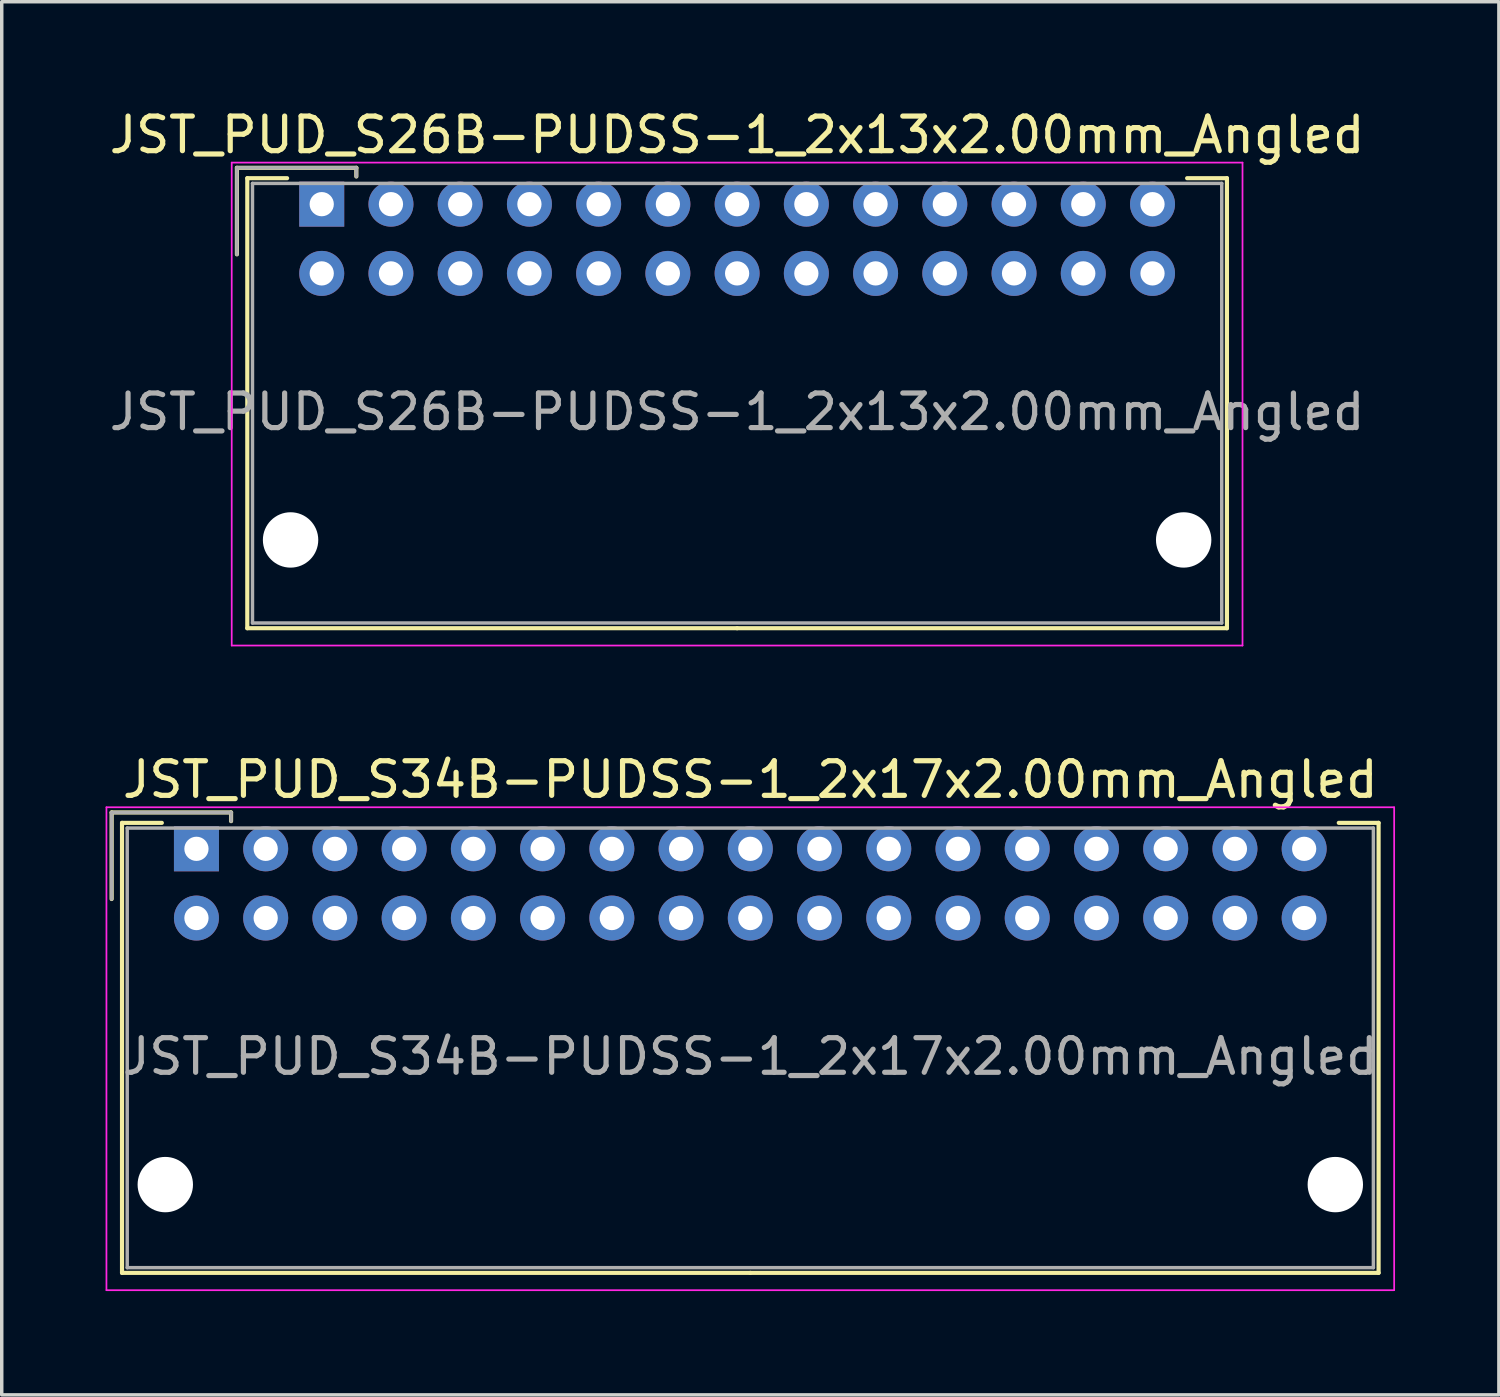
<source format=kicad_pcb>
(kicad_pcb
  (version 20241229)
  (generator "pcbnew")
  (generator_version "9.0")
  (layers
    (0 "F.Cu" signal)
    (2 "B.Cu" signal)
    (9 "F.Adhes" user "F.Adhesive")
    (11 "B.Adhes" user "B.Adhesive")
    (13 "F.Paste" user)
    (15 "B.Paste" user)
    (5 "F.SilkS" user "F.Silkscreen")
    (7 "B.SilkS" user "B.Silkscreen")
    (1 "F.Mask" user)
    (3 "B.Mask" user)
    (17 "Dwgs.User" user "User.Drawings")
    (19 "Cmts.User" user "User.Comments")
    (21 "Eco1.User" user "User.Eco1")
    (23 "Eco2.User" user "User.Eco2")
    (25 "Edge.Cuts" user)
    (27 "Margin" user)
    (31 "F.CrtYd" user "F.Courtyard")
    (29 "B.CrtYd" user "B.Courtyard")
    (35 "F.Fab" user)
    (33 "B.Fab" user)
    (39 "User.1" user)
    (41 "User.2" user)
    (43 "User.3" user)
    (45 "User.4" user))
  (footprint "JST_PUD_S26B-PUDSS-1_2x13x2.00mm_Angled"
    (layer "F.Cu")
    (at 6.244 2.848)
    (property "Reference" "JST_PUD_S26B-PUDSS-1_2x13x2.00mm_Angled" (at 12 -2 0) (layer "F.SilkS") (effects (font (size 1 1) (thickness 0.15))))
    (attr through_hole)
    (fp_line (start -2.45 -1.05) (end -2.45 1.45) (stroke (width 0.12) (type solid)) (layer "F.SilkS"))
    (fp_line (start -2.15 -0.75) (end -2.15 12.25) (stroke (width 0.12) (type solid)) (layer "F.SilkS"))
    (fp_line (start -2.15 12.25) (end 12 12.25) (stroke (width 0.12) (type solid)) (layer "F.SilkS"))
    (fp_line (start -1 -0.75) (end -2.15 -0.75) (stroke (width 0.12) (type solid)) (layer "F.SilkS"))
    (fp_line (start 1 -1.05) (end -2.45 -1.05) (stroke (width 0.12) (type solid)) (layer "F.SilkS"))
    (fp_line (start 1 -0.8) (end 1 -1.05) (stroke (width 0.12) (type solid)) (layer "F.SilkS"))
    (fp_line (start 25 -0.75) (end 26.15 -0.75) (stroke (width 0.12) (type solid)) (layer "F.SilkS"))
    (fp_line (start 26.15 -0.75) (end 26.15 12.25) (stroke (width 0.12) (type solid)) (layer "F.SilkS"))
    (fp_line (start 26.15 12.25) (end 12 12.25) (stroke (width 0.12) (type solid)) (layer "F.SilkS"))
    (fp_line (start -2.6 -1.2) (end -2.6 12.75) (stroke (width 0.05) (type solid)) (layer "F.CrtYd"))
    (fp_line (start -2.6 12.75) (end 26.6 12.75) (stroke (width 0.05) (type solid)) (layer "F.CrtYd"))
    (fp_line (start 26.6 -1.2) (end -2.6 -1.2) (stroke (width 0.05) (type solid)) (layer "F.CrtYd"))
    (fp_line (start 26.6 12.75) (end 26.6 -1.2) (stroke (width 0.05) (type solid)) (layer "F.CrtYd"))
    (fp_line (start -2.45 -1.05) (end -2.45 1.45) (stroke (width 0.1) (type solid)) (layer "F.Fab"))
    (fp_line (start -2 -0.6) (end -2 12.1) (stroke (width 0.1) (type solid)) (layer "F.Fab"))
    (fp_line (start -2 12.1) (end 26 12.1) (stroke (width 0.1) (type solid)) (layer "F.Fab"))
    (fp_line (start 1 -1.05) (end -2.45 -1.05) (stroke (width 0.1) (type solid)) (layer "F.Fab"))
    (fp_line (start 1 -0.8) (end 1 -1.05) (stroke (width 0.1) (type solid)) (layer "F.Fab"))
    (fp_line (start 26 -0.6) (end -2 -0.6) (stroke (width 0.1) (type solid)) (layer "F.Fab"))
    (fp_line (start 26 12.1) (end 26 -0.6) (stroke (width 0.1) (type solid)) (layer "F.Fab"))
    (fp_text user "${REFERENCE}" (at 12 6 0) (layer "F.Fab") (effects (font (size 1 1) (thickness 0.15))))
    (pad "" np_thru_hole circle (at -0.9 9.7) (size 1.6 1.6) (drill 1.6) (layers "*.Cu"))
    (pad "" np_thru_hole circle (at 24.9 9.7) (size 1.6 1.6) (drill 1.6) (layers "*.Cu"))
    (pad "1" thru_hole rect (at 0 0) (size 1.3 1.3) (drill 0.7) (layers "*.Cu" "*.Mask"))
    (pad "2" thru_hole circle (at 0 2) (size 1.3 1.3) (drill 0.7) (layers "*.Cu" "*.Mask"))
    (pad "3" thru_hole circle (at 2 0) (size 1.3 1.3) (drill 0.7) (layers "*.Cu" "*.Mask"))
    (pad "4" thru_hole circle (at 2 2) (size 1.3 1.3) (drill 0.7) (layers "*.Cu" "*.Mask"))
    (pad "5" thru_hole circle (at 4 0) (size 1.3 1.3) (drill 0.7) (layers "*.Cu" "*.Mask"))
    (pad "6" thru_hole circle (at 4 2) (size 1.3 1.3) (drill 0.7) (layers "*.Cu" "*.Mask"))
    (pad "7" thru_hole circle (at 6 0) (size 1.3 1.3) (drill 0.7) (layers "*.Cu" "*.Mask"))
    (pad "8" thru_hole circle (at 6 2) (size 1.3 1.3) (drill 0.7) (layers "*.Cu" "*.Mask"))
    (pad "9" thru_hole circle (at 8 0) (size 1.3 1.3) (drill 0.7) (layers "*.Cu" "*.Mask"))
    (pad "10" thru_hole circle (at 8 2) (size 1.3 1.3) (drill 0.7) (layers "*.Cu" "*.Mask"))
    (pad "11" thru_hole circle (at 10 0) (size 1.3 1.3) (drill 0.7) (layers "*.Cu" "*.Mask"))
    (pad "12" thru_hole circle (at 10 2) (size 1.3 1.3) (drill 0.7) (layers "*.Cu" "*.Mask"))
    (pad "13" thru_hole circle (at 12 0) (size 1.3 1.3) (drill 0.7) (layers "*.Cu" "*.Mask"))
    (pad "14" thru_hole circle (at 12 2) (size 1.3 1.3) (drill 0.7) (layers "*.Cu" "*.Mask"))
    (pad "15" thru_hole circle (at 14 0) (size 1.3 1.3) (drill 0.7) (layers "*.Cu" "*.Mask"))
    (pad "16" thru_hole circle (at 14 2) (size 1.3 1.3) (drill 0.7) (layers "*.Cu" "*.Mask"))
    (pad "17" thru_hole circle (at 16 0) (size 1.3 1.3) (drill 0.7) (layers "*.Cu" "*.Mask"))
    (pad "18" thru_hole circle (at 16 2) (size 1.3 1.3) (drill 0.7) (layers "*.Cu" "*.Mask"))
    (pad "19" thru_hole circle (at 18 0) (size 1.3 1.3) (drill 0.7) (layers "*.Cu" "*.Mask"))
    (pad "20" thru_hole circle (at 18 2) (size 1.3 1.3) (drill 0.7) (layers "*.Cu" "*.Mask"))
    (pad "21" thru_hole circle (at 20 0) (size 1.3 1.3) (drill 0.7) (layers "*.Cu" "*.Mask"))
    (pad "22" thru_hole circle (at 20 2) (size 1.3 1.3) (drill 0.7) (layers "*.Cu" "*.Mask"))
    (pad "23" thru_hole circle (at 22 0) (size 1.3 1.3) (drill 0.7) (layers "*.Cu" "*.Mask"))
    (pad "24" thru_hole circle (at 22 2) (size 1.3 1.3) (drill 0.7) (layers "*.Cu" "*.Mask"))
    (pad "25" thru_hole circle (at 24 0) (size 1.3 1.3) (drill 0.7) (layers "*.Cu" "*.Mask"))
    (pad "26" thru_hole circle (at 24 2) (size 1.3 1.3) (drill 0.7) (layers "*.Cu" "*.Mask")))
  (footprint "JST_PUD_S34B-PUDSS-1_2x17x2.00mm_Angled"
    (layer "F.Cu")
    (at 2.625 21.471)
    (property "Reference" "JST_PUD_S34B-PUDSS-1_2x17x2.00mm_Angled" (at 16 -2 0) (layer "F.SilkS") (effects (font (size 1 1) (thickness 0.15))))
    (attr through_hole)
    (fp_line (start -2.45 -1.05) (end -2.45 1.45) (stroke (width 0.12) (type solid)) (layer "F.SilkS"))
    (fp_line (start -2.15 -0.75) (end -2.15 12.25) (stroke (width 0.12) (type solid)) (layer "F.SilkS"))
    (fp_line (start -2.15 12.25) (end 16 12.25) (stroke (width 0.12) (type solid)) (layer "F.SilkS"))
    (fp_line (start -1 -0.75) (end -2.15 -0.75) (stroke (width 0.12) (type solid)) (layer "F.SilkS"))
    (fp_line (start 1 -1.05) (end -2.45 -1.05) (stroke (width 0.12) (type solid)) (layer "F.SilkS"))
    (fp_line (start 1 -0.8) (end 1 -1.05) (stroke (width 0.12) (type solid)) (layer "F.SilkS"))
    (fp_line (start 33 -0.75) (end 34.15 -0.75) (stroke (width 0.12) (type solid)) (layer "F.SilkS"))
    (fp_line (start 34.15 -0.75) (end 34.15 12.25) (stroke (width 0.12) (type solid)) (layer "F.SilkS"))
    (fp_line (start 34.15 12.25) (end 16 12.25) (stroke (width 0.12) (type solid)) (layer "F.SilkS"))
    (fp_line (start -2.6 -1.2) (end -2.6 12.75) (stroke (width 0.05) (type solid)) (layer "F.CrtYd"))
    (fp_line (start -2.6 12.75) (end 34.6 12.75) (stroke (width 0.05) (type solid)) (layer "F.CrtYd"))
    (fp_line (start 34.6 -1.2) (end -2.6 -1.2) (stroke (width 0.05) (type solid)) (layer "F.CrtYd"))
    (fp_line (start 34.6 12.75) (end 34.6 -1.2) (stroke (width 0.05) (type solid)) (layer "F.CrtYd"))
    (fp_line (start -2.45 -1.05) (end -2.45 1.45) (stroke (width 0.1) (type solid)) (layer "F.Fab"))
    (fp_line (start -2 -0.6) (end -2 12.1) (stroke (width 0.1) (type solid)) (layer "F.Fab"))
    (fp_line (start -2 12.1) (end 34 12.1) (stroke (width 0.1) (type solid)) (layer "F.Fab"))
    (fp_line (start 1 -1.05) (end -2.45 -1.05) (stroke (width 0.1) (type solid)) (layer "F.Fab"))
    (fp_line (start 1 -0.8) (end 1 -1.05) (stroke (width 0.1) (type solid)) (layer "F.Fab"))
    (fp_line (start 34 -0.6) (end -2 -0.6) (stroke (width 0.1) (type solid)) (layer "F.Fab"))
    (fp_line (start 34 12.1) (end 34 -0.6) (stroke (width 0.1) (type solid)) (layer "F.Fab"))
    (fp_text user "${REFERENCE}" (at 16 6 0) (layer "F.Fab") (effects (font (size 1 1) (thickness 0.15))))
    (pad "" np_thru_hole circle (at -0.9 9.7) (size 1.6 1.6) (drill 1.6) (layers "*.Cu"))
    (pad "" np_thru_hole circle (at 32.9 9.7) (size 1.6 1.6) (drill 1.6) (layers "*.Cu"))
    (pad "1" thru_hole rect (at 0 0) (size 1.3 1.3) (drill 0.7) (layers "*.Cu" "*.Mask"))
    (pad "2" thru_hole circle (at 0 2) (size 1.3 1.3) (drill 0.7) (layers "*.Cu" "*.Mask"))
    (pad "3" thru_hole circle (at 2 0) (size 1.3 1.3) (drill 0.7) (layers "*.Cu" "*.Mask"))
    (pad "4" thru_hole circle (at 2 2) (size 1.3 1.3) (drill 0.7) (layers "*.Cu" "*.Mask"))
    (pad "5" thru_hole circle (at 4 0) (size 1.3 1.3) (drill 0.7) (layers "*.Cu" "*.Mask"))
    (pad "6" thru_hole circle (at 4 2) (size 1.3 1.3) (drill 0.7) (layers "*.Cu" "*.Mask"))
    (pad "7" thru_hole circle (at 6 0) (size 1.3 1.3) (drill 0.7) (layers "*.Cu" "*.Mask"))
    (pad "8" thru_hole circle (at 6 2) (size 1.3 1.3) (drill 0.7) (layers "*.Cu" "*.Mask"))
    (pad "9" thru_hole circle (at 8 0) (size 1.3 1.3) (drill 0.7) (layers "*.Cu" "*.Mask"))
    (pad "10" thru_hole circle (at 8 2) (size 1.3 1.3) (drill 0.7) (layers "*.Cu" "*.Mask"))
    (pad "11" thru_hole circle (at 10 0) (size 1.3 1.3) (drill 0.7) (layers "*.Cu" "*.Mask"))
    (pad "12" thru_hole circle (at 10 2) (size 1.3 1.3) (drill 0.7) (layers "*.Cu" "*.Mask"))
    (pad "13" thru_hole circle (at 12 0) (size 1.3 1.3) (drill 0.7) (layers "*.Cu" "*.Mask"))
    (pad "14" thru_hole circle (at 12 2) (size 1.3 1.3) (drill 0.7) (layers "*.Cu" "*.Mask"))
    (pad "15" thru_hole circle (at 14 0) (size 1.3 1.3) (drill 0.7) (layers "*.Cu" "*.Mask"))
    (pad "16" thru_hole circle (at 14 2) (size 1.3 1.3) (drill 0.7) (layers "*.Cu" "*.Mask"))
    (pad "17" thru_hole circle (at 16 0) (size 1.3 1.3) (drill 0.7) (layers "*.Cu" "*.Mask"))
    (pad "18" thru_hole circle (at 16 2) (size 1.3 1.3) (drill 0.7) (layers "*.Cu" "*.Mask"))
    (pad "19" thru_hole circle (at 18 0) (size 1.3 1.3) (drill 0.7) (layers "*.Cu" "*.Mask"))
    (pad "20" thru_hole circle (at 18 2) (size 1.3 1.3) (drill 0.7) (layers "*.Cu" "*.Mask"))
    (pad "21" thru_hole circle (at 20 0) (size 1.3 1.3) (drill 0.7) (layers "*.Cu" "*.Mask"))
    (pad "22" thru_hole circle (at 20 2) (size 1.3 1.3) (drill 0.7) (layers "*.Cu" "*.Mask"))
    (pad "23" thru_hole circle (at 22 0) (size 1.3 1.3) (drill 0.7) (layers "*.Cu" "*.Mask"))
    (pad "24" thru_hole circle (at 22 2) (size 1.3 1.3) (drill 0.7) (layers "*.Cu" "*.Mask"))
    (pad "25" thru_hole circle (at 24 0) (size 1.3 1.3) (drill 0.7) (layers "*.Cu" "*.Mask"))
    (pad "26" thru_hole circle (at 24 2) (size 1.3 1.3) (drill 0.7) (layers "*.Cu" "*.Mask"))
    (pad "27" thru_hole circle (at 26 0) (size 1.3 1.3) (drill 0.7) (layers "*.Cu" "*.Mask"))
    (pad "28" thru_hole circle (at 26 2) (size 1.3 1.3) (drill 0.7) (layers "*.Cu" "*.Mask"))
    (pad "29" thru_hole circle (at 28 0) (size 1.3 1.3) (drill 0.7) (layers "*.Cu" "*.Mask"))
    (pad "30" thru_hole circle (at 28 2) (size 1.3 1.3) (drill 0.7) (layers "*.Cu" "*.Mask"))
    (pad "31" thru_hole circle (at 30 0) (size 1.3 1.3) (drill 0.7) (layers "*.Cu" "*.Mask"))
    (pad "32" thru_hole circle (at 30 2) (size 1.3 1.3) (drill 0.7) (layers "*.Cu" "*.Mask"))
    (pad "33" thru_hole circle (at 32 0) (size 1.3 1.3) (drill 0.7) (layers "*.Cu" "*.Mask"))
    (pad "34" thru_hole circle (at 32 2) (size 1.3 1.3) (drill 0.7) (layers "*.Cu" "*.Mask")))
  (gr_rect
    (start -3 -3)
    (end 40.25 37.246)
    (stroke (width 0.1) (type default))
    (fill no)
    (layer "Edge.Cuts")))
</source>
